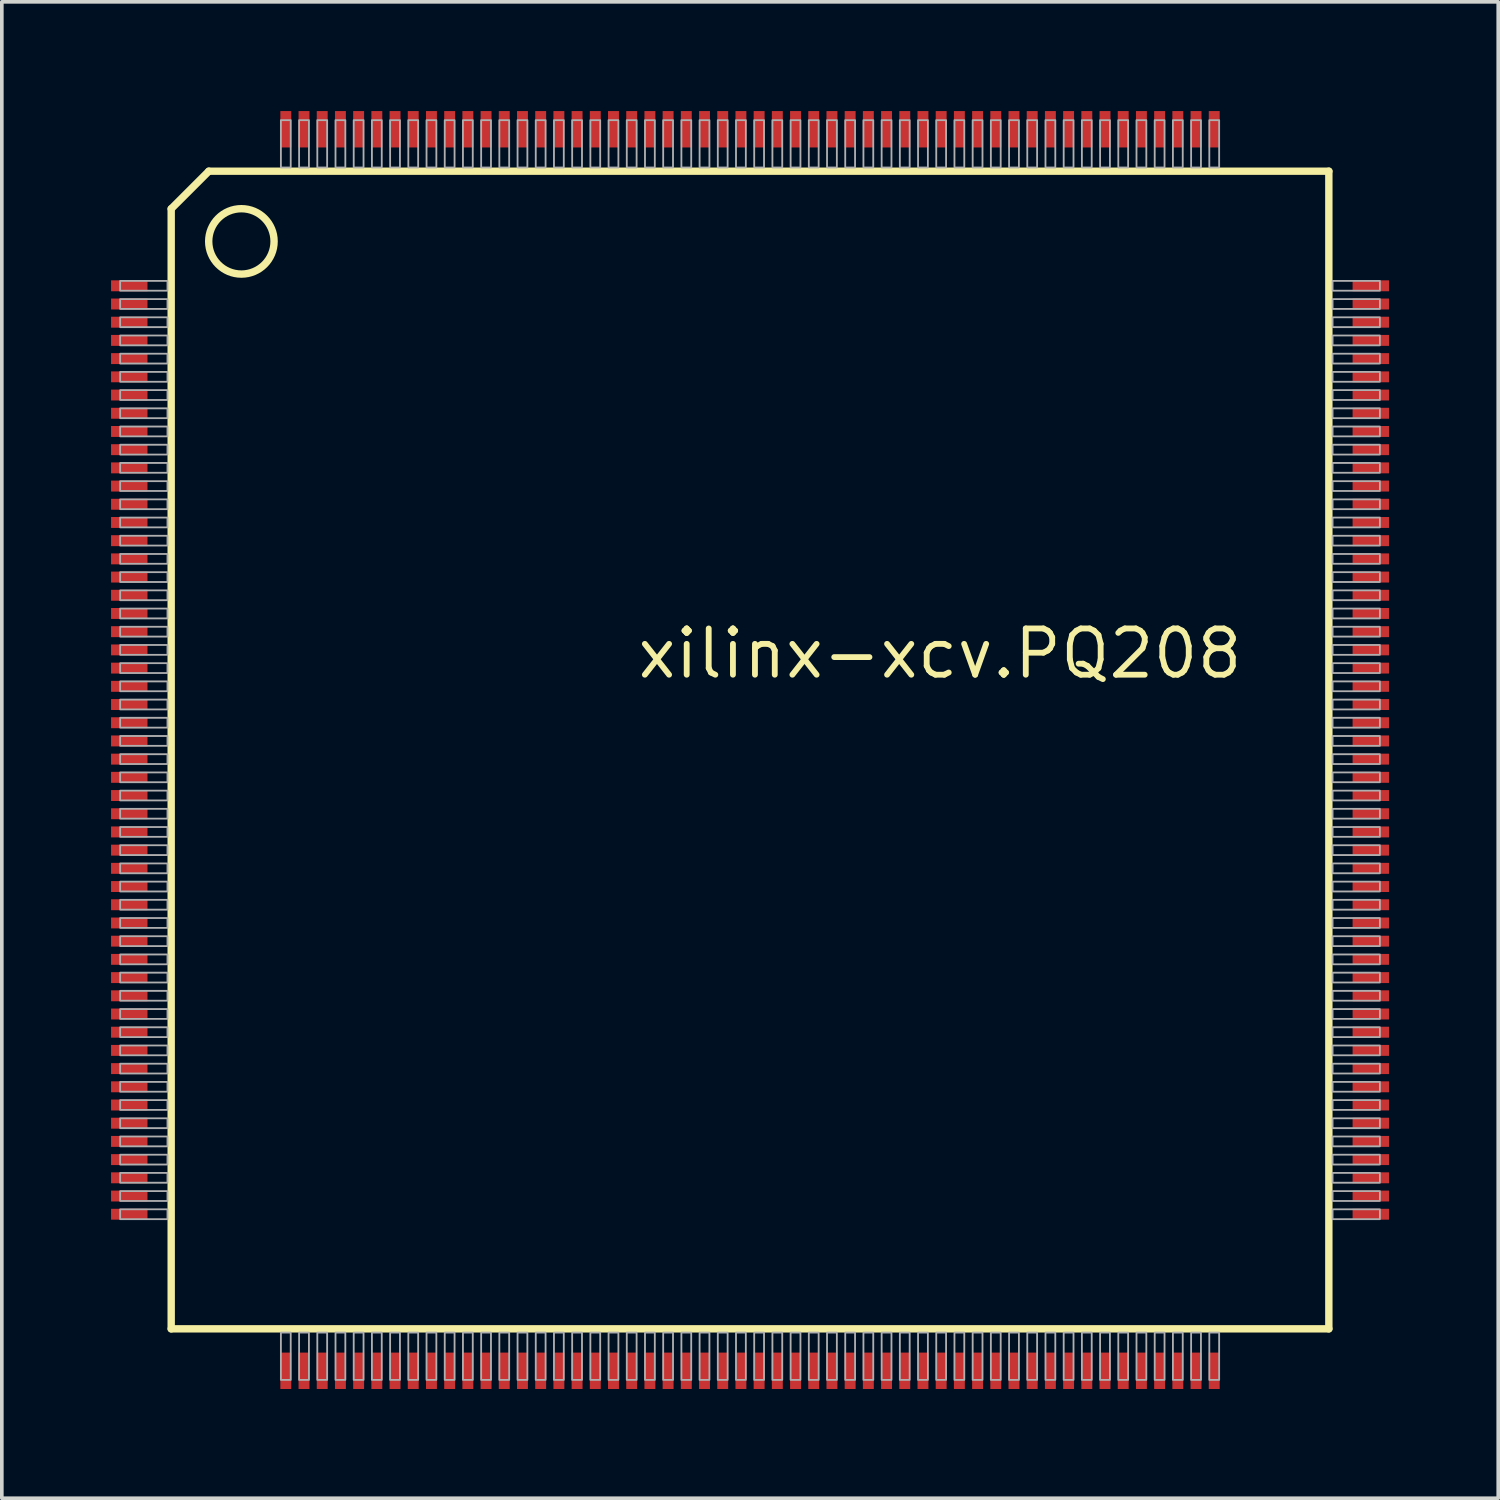
<source format=kicad_pcb>
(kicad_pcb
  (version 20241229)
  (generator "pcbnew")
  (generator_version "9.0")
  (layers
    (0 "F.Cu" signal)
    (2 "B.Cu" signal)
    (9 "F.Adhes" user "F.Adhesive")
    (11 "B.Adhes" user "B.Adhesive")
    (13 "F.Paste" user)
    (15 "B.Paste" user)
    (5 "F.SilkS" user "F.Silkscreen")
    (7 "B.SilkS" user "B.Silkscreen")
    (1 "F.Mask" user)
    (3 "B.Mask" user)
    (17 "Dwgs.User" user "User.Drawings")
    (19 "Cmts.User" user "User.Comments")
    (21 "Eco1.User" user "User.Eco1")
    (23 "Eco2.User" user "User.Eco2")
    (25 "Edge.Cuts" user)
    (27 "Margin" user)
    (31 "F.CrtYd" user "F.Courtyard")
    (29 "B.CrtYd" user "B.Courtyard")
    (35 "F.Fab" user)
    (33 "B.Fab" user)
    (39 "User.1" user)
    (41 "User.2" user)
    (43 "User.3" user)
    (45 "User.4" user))
  (footprint "xilinx-xcv.PQ208"
    (layer "F.Cu")
    (at 17.55 17.55)
    (property "Reference" "xilinx-xcv.PQ208" (at -3.175 -1.905 0) (layer "F.SilkS") (effects (font (size 1.27 1.27) (thickness 0.16)) (justify left bottom)))
    (attr smd)
    (fp_line (start -15.898 -14.865) (end -15.898 15.898) (stroke (width 0.203) (type default)) (layer "F.SilkS"))
    (fp_line (start -15.898 -14.865) (end -14.865 -15.898) (stroke (width 0.203) (type default)) (layer "F.SilkS"))
    (fp_line (start -15.898 15.898) (end 15.898 15.898) (stroke (width 0.203) (type default)) (layer "F.SilkS"))
    (fp_line (start 15.898 -15.898) (end -14.865 -15.898) (stroke (width 0.203) (type default)) (layer "F.SilkS"))
    (fp_line (start 15.898 15.898) (end 15.898 -15.898) (stroke (width 0.203) (type default)) (layer "F.SilkS"))
    (fp_circle (center -13.97 -13.97) (end -13.072 -13.97) (stroke (width 0.203) (type default)) (fill no) (layer "F.SilkS"))
    (fp_rect (start -17.3 -12.615) (end -16 -12.885) (stroke (width 0.05) (type default)) (fill no) (layer "F.Fab"))
    (fp_rect (start -17.3 -12.115) (end -16 -12.385) (stroke (width 0.05) (type default)) (fill no) (layer "F.Fab"))
    (fp_rect (start -17.3 -11.615) (end -16 -11.885) (stroke (width 0.05) (type default)) (fill no) (layer "F.Fab"))
    (fp_rect (start -17.3 -11.115) (end -16 -11.385) (stroke (width 0.05) (type default)) (fill no) (layer "F.Fab"))
    (fp_rect (start -17.3 -10.615) (end -16 -10.885) (stroke (width 0.05) (type default)) (fill no) (layer "F.Fab"))
    (fp_rect (start -17.3 -10.115) (end -16 -10.385) (stroke (width 0.05) (type default)) (fill no) (layer "F.Fab"))
    (fp_rect (start -17.3 -9.615) (end -16 -9.885) (stroke (width 0.05) (type default)) (fill no) (layer "F.Fab"))
    (fp_rect (start -17.3 -9.115) (end -16 -9.385) (stroke (width 0.05) (type default)) (fill no) (layer "F.Fab"))
    (fp_rect (start -17.3 -8.615) (end -16 -8.885) (stroke (width 0.05) (type default)) (fill no) (layer "F.Fab"))
    (fp_rect (start -17.3 -8.115) (end -16 -8.385) (stroke (width 0.05) (type default)) (fill no) (layer "F.Fab"))
    (fp_rect (start -17.3 -7.615) (end -16 -7.885) (stroke (width 0.05) (type default)) (fill no) (layer "F.Fab"))
    (fp_rect (start -17.3 -7.115) (end -16 -7.385) (stroke (width 0.05) (type default)) (fill no) (layer "F.Fab"))
    (fp_rect (start -17.3 -6.615) (end -16 -6.885) (stroke (width 0.05) (type default)) (fill no) (layer "F.Fab"))
    (fp_rect (start -17.3 -6.115) (end -16 -6.385) (stroke (width 0.05) (type default)) (fill no) (layer "F.Fab"))
    (fp_rect (start -17.3 -5.615) (end -16 -5.885) (stroke (width 0.05) (type default)) (fill no) (layer "F.Fab"))
    (fp_rect (start -17.3 -5.115) (end -16 -5.385) (stroke (width 0.05) (type default)) (fill no) (layer "F.Fab"))
    (fp_rect (start -17.3 -4.615) (end -16 -4.885) (stroke (width 0.05) (type default)) (fill no) (layer "F.Fab"))
    (fp_rect (start -17.3 -4.115) (end -16 -4.385) (stroke (width 0.05) (type default)) (fill no) (layer "F.Fab"))
    (fp_rect (start -17.3 -3.615) (end -16 -3.885) (stroke (width 0.05) (type default)) (fill no) (layer "F.Fab"))
    (fp_rect (start -17.3 -3.115) (end -16 -3.385) (stroke (width 0.05) (type default)) (fill no) (layer "F.Fab"))
    (fp_rect (start -17.3 -2.615) (end -16 -2.885) (stroke (width 0.05) (type default)) (fill no) (layer "F.Fab"))
    (fp_rect (start -17.3 -2.115) (end -16 -2.385) (stroke (width 0.05) (type default)) (fill no) (layer "F.Fab"))
    (fp_rect (start -17.3 -1.615) (end -16 -1.885) (stroke (width 0.05) (type default)) (fill no) (layer "F.Fab"))
    (fp_rect (start -17.3 -1.115) (end -16 -1.385) (stroke (width 0.05) (type default)) (fill no) (layer "F.Fab"))
    (fp_rect (start -17.3 -0.615) (end -16 -0.885) (stroke (width 0.05) (type default)) (fill no) (layer "F.Fab"))
    (fp_rect (start -17.3 -0.115) (end -16 -0.385) (stroke (width 0.05) (type default)) (fill no) (layer "F.Fab"))
    (fp_rect (start -17.3 0.385) (end -16 0.115) (stroke (width 0.05) (type default)) (fill no) (layer "F.Fab"))
    (fp_rect (start -17.3 0.885) (end -16 0.615) (stroke (width 0.05) (type default)) (fill no) (layer "F.Fab"))
    (fp_rect (start -17.3 1.385) (end -16 1.115) (stroke (width 0.05) (type default)) (fill no) (layer "F.Fab"))
    (fp_rect (start -17.3 1.885) (end -16 1.615) (stroke (width 0.05) (type default)) (fill no) (layer "F.Fab"))
    (fp_rect (start -17.3 2.385) (end -16 2.115) (stroke (width 0.05) (type default)) (fill no) (layer "F.Fab"))
    (fp_rect (start -17.3 2.885) (end -16 2.615) (stroke (width 0.05) (type default)) (fill no) (layer "F.Fab"))
    (fp_rect (start -17.3 3.385) (end -16 3.115) (stroke (width 0.05) (type default)) (fill no) (layer "F.Fab"))
    (fp_rect (start -17.3 3.885) (end -16 3.615) (stroke (width 0.05) (type default)) (fill no) (layer "F.Fab"))
    (fp_rect (start -17.3 4.385) (end -16 4.115) (stroke (width 0.05) (type default)) (fill no) (layer "F.Fab"))
    (fp_rect (start -17.3 4.885) (end -16 4.615) (stroke (width 0.05) (type default)) (fill no) (layer "F.Fab"))
    (fp_rect (start -17.3 5.385) (end -16 5.115) (stroke (width 0.05) (type default)) (fill no) (layer "F.Fab"))
    (fp_rect (start -17.3 5.885) (end -16 5.615) (stroke (width 0.05) (type default)) (fill no) (layer "F.Fab"))
    (fp_rect (start -17.3 6.385) (end -16 6.115) (stroke (width 0.05) (type default)) (fill no) (layer "F.Fab"))
    (fp_rect (start -17.3 6.885) (end -16 6.615) (stroke (width 0.05) (type default)) (fill no) (layer "F.Fab"))
    (fp_rect (start -17.3 7.385) (end -16 7.115) (stroke (width 0.05) (type default)) (fill no) (layer "F.Fab"))
    (fp_rect (start -17.3 7.885) (end -16 7.615) (stroke (width 0.05) (type default)) (fill no) (layer "F.Fab"))
    (fp_rect (start -17.3 8.385) (end -16 8.115) (stroke (width 0.05) (type default)) (fill no) (layer "F.Fab"))
    (fp_rect (start -17.3 8.885) (end -16 8.615) (stroke (width 0.05) (type default)) (fill no) (layer "F.Fab"))
    (fp_rect (start -17.3 9.385) (end -16 9.115) (stroke (width 0.05) (type default)) (fill no) (layer "F.Fab"))
    (fp_rect (start -17.3 9.885) (end -16 9.615) (stroke (width 0.05) (type default)) (fill no) (layer "F.Fab"))
    (fp_rect (start -17.3 10.385) (end -16 10.115) (stroke (width 0.05) (type default)) (fill no) (layer "F.Fab"))
    (fp_rect (start -17.3 10.885) (end -16 10.615) (stroke (width 0.05) (type default)) (fill no) (layer "F.Fab"))
    (fp_rect (start -17.3 11.385) (end -16 11.115) (stroke (width 0.05) (type default)) (fill no) (layer "F.Fab"))
    (fp_rect (start -17.3 11.885) (end -16 11.615) (stroke (width 0.05) (type default)) (fill no) (layer "F.Fab"))
    (fp_rect (start -17.3 12.385) (end -16 12.115) (stroke (width 0.05) (type default)) (fill no) (layer "F.Fab"))
    (fp_rect (start -17.3 12.885) (end -16 12.615) (stroke (width 0.05) (type default)) (fill no) (layer "F.Fab"))
    (fp_rect (start -12.885 -16) (end -12.615 -17.3) (stroke (width 0.05) (type default)) (fill no) (layer "F.Fab"))
    (fp_rect (start -12.885 17.3) (end -12.615 16) (stroke (width 0.05) (type default)) (fill no) (layer "F.Fab"))
    (fp_rect (start -12.385 -16) (end -12.115 -17.3) (stroke (width 0.05) (type default)) (fill no) (layer "F.Fab"))
    (fp_rect (start -12.385 17.3) (end -12.115 16) (stroke (width 0.05) (type default)) (fill no) (layer "F.Fab"))
    (fp_rect (start -11.885 -16) (end -11.615 -17.3) (stroke (width 0.05) (type default)) (fill no) (layer "F.Fab"))
    (fp_rect (start -11.885 17.3) (end -11.615 16) (stroke (width 0.05) (type default)) (fill no) (layer "F.Fab"))
    (fp_rect (start -11.385 -16) (end -11.115 -17.3) (stroke (width 0.05) (type default)) (fill no) (layer "F.Fab"))
    (fp_rect (start -11.385 17.3) (end -11.115 16) (stroke (width 0.05) (type default)) (fill no) (layer "F.Fab"))
    (fp_rect (start -10.885 -16) (end -10.615 -17.3) (stroke (width 0.05) (type default)) (fill no) (layer "F.Fab"))
    (fp_rect (start -10.885 17.3) (end -10.615 16) (stroke (width 0.05) (type default)) (fill no) (layer "F.Fab"))
    (fp_rect (start -10.385 -16) (end -10.115 -17.3) (stroke (width 0.05) (type default)) (fill no) (layer "F.Fab"))
    (fp_rect (start -10.385 17.3) (end -10.115 16) (stroke (width 0.05) (type default)) (fill no) (layer "F.Fab"))
    (fp_rect (start -9.885 -16) (end -9.615 -17.3) (stroke (width 0.05) (type default)) (fill no) (layer "F.Fab"))
    (fp_rect (start -9.885 17.3) (end -9.615 16) (stroke (width 0.05) (type default)) (fill no) (layer "F.Fab"))
    (fp_rect (start -9.385 -16) (end -9.115 -17.3) (stroke (width 0.05) (type default)) (fill no) (layer "F.Fab"))
    (fp_rect (start -9.385 17.3) (end -9.115 16) (stroke (width 0.05) (type default)) (fill no) (layer "F.Fab"))
    (fp_rect (start -8.885 -16) (end -8.615 -17.3) (stroke (width 0.05) (type default)) (fill no) (layer "F.Fab"))
    (fp_rect (start -8.885 17.3) (end -8.615 16) (stroke (width 0.05) (type default)) (fill no) (layer "F.Fab"))
    (fp_rect (start -8.385 -16) (end -8.115 -17.3) (stroke (width 0.05) (type default)) (fill no) (layer "F.Fab"))
    (fp_rect (start -8.385 17.3) (end -8.115 16) (stroke (width 0.05) (type default)) (fill no) (layer "F.Fab"))
    (fp_rect (start -7.885 -16) (end -7.615 -17.3) (stroke (width 0.05) (type default)) (fill no) (layer "F.Fab"))
    (fp_rect (start -7.885 17.3) (end -7.615 16) (stroke (width 0.05) (type default)) (fill no) (layer "F.Fab"))
    (fp_rect (start -7.385 -16) (end -7.115 -17.3) (stroke (width 0.05) (type default)) (fill no) (layer "F.Fab"))
    (fp_rect (start -7.385 17.3) (end -7.115 16) (stroke (width 0.05) (type default)) (fill no) (layer "F.Fab"))
    (fp_rect (start -6.885 -16) (end -6.615 -17.3) (stroke (width 0.05) (type default)) (fill no) (layer "F.Fab"))
    (fp_rect (start -6.885 17.3) (end -6.615 16) (stroke (width 0.05) (type default)) (fill no) (layer "F.Fab"))
    (fp_rect (start -6.385 -16) (end -6.115 -17.3) (stroke (width 0.05) (type default)) (fill no) (layer "F.Fab"))
    (fp_rect (start -6.385 17.3) (end -6.115 16) (stroke (width 0.05) (type default)) (fill no) (layer "F.Fab"))
    (fp_rect (start -5.885 -16) (end -5.615 -17.3) (stroke (width 0.05) (type default)) (fill no) (layer "F.Fab"))
    (fp_rect (start -5.885 17.3) (end -5.615 16) (stroke (width 0.05) (type default)) (fill no) (layer "F.Fab"))
    (fp_rect (start -5.385 -16) (end -5.115 -17.3) (stroke (width 0.05) (type default)) (fill no) (layer "F.Fab"))
    (fp_rect (start -5.385 17.3) (end -5.115 16) (stroke (width 0.05) (type default)) (fill no) (layer "F.Fab"))
    (fp_rect (start -4.885 -16) (end -4.615 -17.3) (stroke (width 0.05) (type default)) (fill no) (layer "F.Fab"))
    (fp_rect (start -4.885 17.3) (end -4.615 16) (stroke (width 0.05) (type default)) (fill no) (layer "F.Fab"))
    (fp_rect (start -4.385 -16) (end -4.115 -17.3) (stroke (width 0.05) (type default)) (fill no) (layer "F.Fab"))
    (fp_rect (start -4.385 17.3) (end -4.115 16) (stroke (width 0.05) (type default)) (fill no) (layer "F.Fab"))
    (fp_rect (start -3.885 -16) (end -3.615 -17.3) (stroke (width 0.05) (type default)) (fill no) (layer "F.Fab"))
    (fp_rect (start -3.885 17.3) (end -3.615 16) (stroke (width 0.05) (type default)) (fill no) (layer "F.Fab"))
    (fp_rect (start -3.385 -16) (end -3.115 -17.3) (stroke (width 0.05) (type default)) (fill no) (layer "F.Fab"))
    (fp_rect (start -3.385 17.3) (end -3.115 16) (stroke (width 0.05) (type default)) (fill no) (layer "F.Fab"))
    (fp_rect (start -2.885 -16) (end -2.615 -17.3) (stroke (width 0.05) (type default)) (fill no) (layer "F.Fab"))
    (fp_rect (start -2.885 17.3) (end -2.615 16) (stroke (width 0.05) (type default)) (fill no) (layer "F.Fab"))
    (fp_rect (start -2.385 -16) (end -2.115 -17.3) (stroke (width 0.05) (type default)) (fill no) (layer "F.Fab"))
    (fp_rect (start -2.385 17.3) (end -2.115 16) (stroke (width 0.05) (type default)) (fill no) (layer "F.Fab"))
    (fp_rect (start -1.885 -16) (end -1.615 -17.3) (stroke (width 0.05) (type default)) (fill no) (layer "F.Fab"))
    (fp_rect (start -1.885 17.3) (end -1.615 16) (stroke (width 0.05) (type default)) (fill no) (layer "F.Fab"))
    (fp_rect (start -1.385 -16) (end -1.115 -17.3) (stroke (width 0.05) (type default)) (fill no) (layer "F.Fab"))
    (fp_rect (start -1.385 17.3) (end -1.115 16) (stroke (width 0.05) (type default)) (fill no) (layer "F.Fab"))
    (fp_rect (start -0.885 -16) (end -0.615 -17.3) (stroke (width 0.05) (type default)) (fill no) (layer "F.Fab"))
    (fp_rect (start -0.885 17.3) (end -0.615 16) (stroke (width 0.05) (type default)) (fill no) (layer "F.Fab"))
    (fp_rect (start -0.385 -16) (end -0.115 -17.3) (stroke (width 0.05) (type default)) (fill no) (layer "F.Fab"))
    (fp_rect (start -0.385 17.3) (end -0.115 16) (stroke (width 0.05) (type default)) (fill no) (layer "F.Fab"))
    (fp_rect (start 0.115 -16) (end 0.385 -17.3) (stroke (width 0.05) (type default)) (fill no) (layer "F.Fab"))
    (fp_rect (start 0.115 17.3) (end 0.385 16) (stroke (width 0.05) (type default)) (fill no) (layer "F.Fab"))
    (fp_rect (start 0.615 -16) (end 0.885 -17.3) (stroke (width 0.05) (type default)) (fill no) (layer "F.Fab"))
    (fp_rect (start 0.615 17.3) (end 0.885 16) (stroke (width 0.05) (type default)) (fill no) (layer "F.Fab"))
    (fp_rect (start 1.115 -16) (end 1.385 -17.3) (stroke (width 0.05) (type default)) (fill no) (layer "F.Fab"))
    (fp_rect (start 1.115 17.3) (end 1.385 16) (stroke (width 0.05) (type default)) (fill no) (layer "F.Fab"))
    (fp_rect (start 1.615 -16) (end 1.885 -17.3) (stroke (width 0.05) (type default)) (fill no) (layer "F.Fab"))
    (fp_rect (start 1.615 17.3) (end 1.885 16) (stroke (width 0.05) (type default)) (fill no) (layer "F.Fab"))
    (fp_rect (start 2.115 -16) (end 2.385 -17.3) (stroke (width 0.05) (type default)) (fill no) (layer "F.Fab"))
    (fp_rect (start 2.115 17.3) (end 2.385 16) (stroke (width 0.05) (type default)) (fill no) (layer "F.Fab"))
    (fp_rect (start 2.615 -16) (end 2.885 -17.3) (stroke (width 0.05) (type default)) (fill no) (layer "F.Fab"))
    (fp_rect (start 2.615 17.3) (end 2.885 16) (stroke (width 0.05) (type default)) (fill no) (layer "F.Fab"))
    (fp_rect (start 3.115 -16) (end 3.385 -17.3) (stroke (width 0.05) (type default)) (fill no) (layer "F.Fab"))
    (fp_rect (start 3.115 17.3) (end 3.385 16) (stroke (width 0.05) (type default)) (fill no) (layer "F.Fab"))
    (fp_rect (start 3.615 -16) (end 3.885 -17.3) (stroke (width 0.05) (type default)) (fill no) (layer "F.Fab"))
    (fp_rect (start 3.615 17.3) (end 3.885 16) (stroke (width 0.05) (type default)) (fill no) (layer "F.Fab"))
    (fp_rect (start 4.115 -16) (end 4.385 -17.3) (stroke (width 0.05) (type default)) (fill no) (layer "F.Fab"))
    (fp_rect (start 4.115 17.3) (end 4.385 16) (stroke (width 0.05) (type default)) (fill no) (layer "F.Fab"))
    (fp_rect (start 4.615 -16) (end 4.885 -17.3) (stroke (width 0.05) (type default)) (fill no) (layer "F.Fab"))
    (fp_rect (start 4.615 17.3) (end 4.885 16) (stroke (width 0.05) (type default)) (fill no) (layer "F.Fab"))
    (fp_rect (start 5.115 -16) (end 5.385 -17.3) (stroke (width 0.05) (type default)) (fill no) (layer "F.Fab"))
    (fp_rect (start 5.115 17.3) (end 5.385 16) (stroke (width 0.05) (type default)) (fill no) (layer "F.Fab"))
    (fp_rect (start 5.615 -16) (end 5.885 -17.3) (stroke (width 0.05) (type default)) (fill no) (layer "F.Fab"))
    (fp_rect (start 5.615 17.3) (end 5.885 16) (stroke (width 0.05) (type default)) (fill no) (layer "F.Fab"))
    (fp_rect (start 6.115 -16) (end 6.385 -17.3) (stroke (width 0.05) (type default)) (fill no) (layer "F.Fab"))
    (fp_rect (start 6.115 17.3) (end 6.385 16) (stroke (width 0.05) (type default)) (fill no) (layer "F.Fab"))
    (fp_rect (start 6.615 -16) (end 6.885 -17.3) (stroke (width 0.05) (type default)) (fill no) (layer "F.Fab"))
    (fp_rect (start 6.615 17.3) (end 6.885 16) (stroke (width 0.05) (type default)) (fill no) (layer "F.Fab"))
    (fp_rect (start 7.115 -16) (end 7.385 -17.3) (stroke (width 0.05) (type default)) (fill no) (layer "F.Fab"))
    (fp_rect (start 7.115 17.3) (end 7.385 16) (stroke (width 0.05) (type default)) (fill no) (layer "F.Fab"))
    (fp_rect (start 7.615 -16) (end 7.885 -17.3) (stroke (width 0.05) (type default)) (fill no) (layer "F.Fab"))
    (fp_rect (start 7.615 17.3) (end 7.885 16) (stroke (width 0.05) (type default)) (fill no) (layer "F.Fab"))
    (fp_rect (start 8.115 -16) (end 8.385 -17.3) (stroke (width 0.05) (type default)) (fill no) (layer "F.Fab"))
    (fp_rect (start 8.115 17.3) (end 8.385 16) (stroke (width 0.05) (type default)) (fill no) (layer "F.Fab"))
    (fp_rect (start 8.615 -16) (end 8.885 -17.3) (stroke (width 0.05) (type default)) (fill no) (layer "F.Fab"))
    (fp_rect (start 8.615 17.3) (end 8.885 16) (stroke (width 0.05) (type default)) (fill no) (layer "F.Fab"))
    (fp_rect (start 9.115 -16) (end 9.385 -17.3) (stroke (width 0.05) (type default)) (fill no) (layer "F.Fab"))
    (fp_rect (start 9.115 17.3) (end 9.385 16) (stroke (width 0.05) (type default)) (fill no) (layer "F.Fab"))
    (fp_rect (start 9.615 -16) (end 9.885 -17.3) (stroke (width 0.05) (type default)) (fill no) (layer "F.Fab"))
    (fp_rect (start 9.615 17.3) (end 9.885 16) (stroke (width 0.05) (type default)) (fill no) (layer "F.Fab"))
    (fp_rect (start 10.115 -16) (end 10.385 -17.3) (stroke (width 0.05) (type default)) (fill no) (layer "F.Fab"))
    (fp_rect (start 10.115 17.3) (end 10.385 16) (stroke (width 0.05) (type default)) (fill no) (layer "F.Fab"))
    (fp_rect (start 10.615 -16) (end 10.885 -17.3) (stroke (width 0.05) (type default)) (fill no) (layer "F.Fab"))
    (fp_rect (start 10.615 17.3) (end 10.885 16) (stroke (width 0.05) (type default)) (fill no) (layer "F.Fab"))
    (fp_rect (start 11.115 -16) (end 11.385 -17.3) (stroke (width 0.05) (type default)) (fill no) (layer "F.Fab"))
    (fp_rect (start 11.115 17.3) (end 11.385 16) (stroke (width 0.05) (type default)) (fill no) (layer "F.Fab"))
    (fp_rect (start 11.615 -16) (end 11.885 -17.3) (stroke (width 0.05) (type default)) (fill no) (layer "F.Fab"))
    (fp_rect (start 11.615 17.3) (end 11.885 16) (stroke (width 0.05) (type default)) (fill no) (layer "F.Fab"))
    (fp_rect (start 12.115 -16) (end 12.385 -17.3) (stroke (width 0.05) (type default)) (fill no) (layer "F.Fab"))
    (fp_rect (start 12.115 17.3) (end 12.385 16) (stroke (width 0.05) (type default)) (fill no) (layer "F.Fab"))
    (fp_rect (start 12.615 -16) (end 12.885 -17.3) (stroke (width 0.05) (type default)) (fill no) (layer "F.Fab"))
    (fp_rect (start 12.615 17.3) (end 12.885 16) (stroke (width 0.05) (type default)) (fill no) (layer "F.Fab"))
    (fp_rect (start 16 -12.615) (end 17.3 -12.885) (stroke (width 0.05) (type default)) (fill no) (layer "F.Fab"))
    (fp_rect (start 16 -12.115) (end 17.3 -12.385) (stroke (width 0.05) (type default)) (fill no) (layer "F.Fab"))
    (fp_rect (start 16 -11.615) (end 17.3 -11.885) (stroke (width 0.05) (type default)) (fill no) (layer "F.Fab"))
    (fp_rect (start 16 -11.115) (end 17.3 -11.385) (stroke (width 0.05) (type default)) (fill no) (layer "F.Fab"))
    (fp_rect (start 16 -10.615) (end 17.3 -10.885) (stroke (width 0.05) (type default)) (fill no) (layer "F.Fab"))
    (fp_rect (start 16 -10.115) (end 17.3 -10.385) (stroke (width 0.05) (type default)) (fill no) (layer "F.Fab"))
    (fp_rect (start 16 -9.615) (end 17.3 -9.885) (stroke (width 0.05) (type default)) (fill no) (layer "F.Fab"))
    (fp_rect (start 16 -9.115) (end 17.3 -9.385) (stroke (width 0.05) (type default)) (fill no) (layer "F.Fab"))
    (fp_rect (start 16 -8.615) (end 17.3 -8.885) (stroke (width 0.05) (type default)) (fill no) (layer "F.Fab"))
    (fp_rect (start 16 -8.115) (end 17.3 -8.385) (stroke (width 0.05) (type default)) (fill no) (layer "F.Fab"))
    (fp_rect (start 16 -7.615) (end 17.3 -7.885) (stroke (width 0.05) (type default)) (fill no) (layer "F.Fab"))
    (fp_rect (start 16 -7.115) (end 17.3 -7.385) (stroke (width 0.05) (type default)) (fill no) (layer "F.Fab"))
    (fp_rect (start 16 -6.615) (end 17.3 -6.885) (stroke (width 0.05) (type default)) (fill no) (layer "F.Fab"))
    (fp_rect (start 16 -6.115) (end 17.3 -6.385) (stroke (width 0.05) (type default)) (fill no) (layer "F.Fab"))
    (fp_rect (start 16 -5.615) (end 17.3 -5.885) (stroke (width 0.05) (type default)) (fill no) (layer "F.Fab"))
    (fp_rect (start 16 -5.115) (end 17.3 -5.385) (stroke (width 0.05) (type default)) (fill no) (layer "F.Fab"))
    (fp_rect (start 16 -4.615) (end 17.3 -4.885) (stroke (width 0.05) (type default)) (fill no) (layer "F.Fab"))
    (fp_rect (start 16 -4.115) (end 17.3 -4.385) (stroke (width 0.05) (type default)) (fill no) (layer "F.Fab"))
    (fp_rect (start 16 -3.615) (end 17.3 -3.885) (stroke (width 0.05) (type default)) (fill no) (layer "F.Fab"))
    (fp_rect (start 16 -3.115) (end 17.3 -3.385) (stroke (width 0.05) (type default)) (fill no) (layer "F.Fab"))
    (fp_rect (start 16 -2.615) (end 17.3 -2.885) (stroke (width 0.05) (type default)) (fill no) (layer "F.Fab"))
    (fp_rect (start 16 -2.115) (end 17.3 -2.385) (stroke (width 0.05) (type default)) (fill no) (layer "F.Fab"))
    (fp_rect (start 16 -1.615) (end 17.3 -1.885) (stroke (width 0.05) (type default)) (fill no) (layer "F.Fab"))
    (fp_rect (start 16 -1.115) (end 17.3 -1.385) (stroke (width 0.05) (type default)) (fill no) (layer "F.Fab"))
    (fp_rect (start 16 -0.615) (end 17.3 -0.885) (stroke (width 0.05) (type default)) (fill no) (layer "F.Fab"))
    (fp_rect (start 16 -0.115) (end 17.3 -0.385) (stroke (width 0.05) (type default)) (fill no) (layer "F.Fab"))
    (fp_rect (start 16 0.385) (end 17.3 0.115) (stroke (width 0.05) (type default)) (fill no) (layer "F.Fab"))
    (fp_rect (start 16 0.885) (end 17.3 0.615) (stroke (width 0.05) (type default)) (fill no) (layer "F.Fab"))
    (fp_rect (start 16 1.385) (end 17.3 1.115) (stroke (width 0.05) (type default)) (fill no) (layer "F.Fab"))
    (fp_rect (start 16 1.885) (end 17.3 1.615) (stroke (width 0.05) (type default)) (fill no) (layer "F.Fab"))
    (fp_rect (start 16 2.385) (end 17.3 2.115) (stroke (width 0.05) (type default)) (fill no) (layer "F.Fab"))
    (fp_rect (start 16 2.885) (end 17.3 2.615) (stroke (width 0.05) (type default)) (fill no) (layer "F.Fab"))
    (fp_rect (start 16 3.385) (end 17.3 3.115) (stroke (width 0.05) (type default)) (fill no) (layer "F.Fab"))
    (fp_rect (start 16 3.885) (end 17.3 3.615) (stroke (width 0.05) (type default)) (fill no) (layer "F.Fab"))
    (fp_rect (start 16 4.385) (end 17.3 4.115) (stroke (width 0.05) (type default)) (fill no) (layer "F.Fab"))
    (fp_rect (start 16 4.885) (end 17.3 4.615) (stroke (width 0.05) (type default)) (fill no) (layer "F.Fab"))
    (fp_rect (start 16 5.385) (end 17.3 5.115) (stroke (width 0.05) (type default)) (fill no) (layer "F.Fab"))
    (fp_rect (start 16 5.885) (end 17.3 5.615) (stroke (width 0.05) (type default)) (fill no) (layer "F.Fab"))
    (fp_rect (start 16 6.385) (end 17.3 6.115) (stroke (width 0.05) (type default)) (fill no) (layer "F.Fab"))
    (fp_rect (start 16 6.885) (end 17.3 6.615) (stroke (width 0.05) (type default)) (fill no) (layer "F.Fab"))
    (fp_rect (start 16 7.385) (end 17.3 7.115) (stroke (width 0.05) (type default)) (fill no) (layer "F.Fab"))
    (fp_rect (start 16 7.885) (end 17.3 7.615) (stroke (width 0.05) (type default)) (fill no) (layer "F.Fab"))
    (fp_rect (start 16 8.385) (end 17.3 8.115) (stroke (width 0.05) (type default)) (fill no) (layer "F.Fab"))
    (fp_rect (start 16 8.885) (end 17.3 8.615) (stroke (width 0.05) (type default)) (fill no) (layer "F.Fab"))
    (fp_rect (start 16 9.385) (end 17.3 9.115) (stroke (width 0.05) (type default)) (fill no) (layer "F.Fab"))
    (fp_rect (start 16 9.885) (end 17.3 9.615) (stroke (width 0.05) (type default)) (fill no) (layer "F.Fab"))
    (fp_rect (start 16 10.385) (end 17.3 10.115) (stroke (width 0.05) (type default)) (fill no) (layer "F.Fab"))
    (fp_rect (start 16 10.885) (end 17.3 10.615) (stroke (width 0.05) (type default)) (fill no) (layer "F.Fab"))
    (fp_rect (start 16 11.385) (end 17.3 11.115) (stroke (width 0.05) (type default)) (fill no) (layer "F.Fab"))
    (fp_rect (start 16 11.885) (end 17.3 11.615) (stroke (width 0.05) (type default)) (fill no) (layer "F.Fab"))
    (fp_rect (start 16 12.385) (end 17.3 12.115) (stroke (width 0.05) (type default)) (fill no) (layer "F.Fab"))
    (fp_rect (start 16 12.885) (end 17.3 12.615) (stroke (width 0.05) (type default)) (fill no) (layer "F.Fab"))
    (pad "1" smd roundrect (at -17.05 -12.75) (size 1 0.3) (layers "F.Cu" "F.Mask" "F.Paste") (roundrect_rratio 0.01))
    (pad "2" smd roundrect (at -17.05 -12.25) (size 1 0.3) (layers "F.Cu" "F.Mask" "F.Paste") (roundrect_rratio 0.01))
    (pad "3" smd roundrect (at -17.05 -11.75) (size 1 0.3) (layers "F.Cu" "F.Mask" "F.Paste") (roundrect_rratio 0.01))
    (pad "4" smd roundrect (at -17.05 -11.25) (size 1 0.3) (layers "F.Cu" "F.Mask" "F.Paste") (roundrect_rratio 0.01))
    (pad "5" smd roundrect (at -17.05 -10.75) (size 1 0.3) (layers "F.Cu" "F.Mask" "F.Paste") (roundrect_rratio 0.01))
    (pad "6" smd roundrect (at -17.05 -10.25) (size 1 0.3) (layers "F.Cu" "F.Mask" "F.Paste") (roundrect_rratio 0.01))
    (pad "7" smd roundrect (at -17.05 -9.75) (size 1 0.3) (layers "F.Cu" "F.Mask" "F.Paste") (roundrect_rratio 0.01))
    (pad "8" smd roundrect (at -17.05 -9.25) (size 1 0.3) (layers "F.Cu" "F.Mask" "F.Paste") (roundrect_rratio 0.01))
    (pad "9" smd roundrect (at -17.05 -8.75) (size 1 0.3) (layers "F.Cu" "F.Mask" "F.Paste") (roundrect_rratio 0.01))
    (pad "10" smd roundrect (at -17.05 -8.25) (size 1 0.3) (layers "F.Cu" "F.Mask" "F.Paste") (roundrect_rratio 0.01))
    (pad "11" smd roundrect (at -17.05 -7.75) (size 1 0.3) (layers "F.Cu" "F.Mask" "F.Paste") (roundrect_rratio 0.01))
    (pad "12" smd roundrect (at -17.05 -7.25) (size 1 0.3) (layers "F.Cu" "F.Mask" "F.Paste") (roundrect_rratio 0.01))
    (pad "13" smd roundrect (at -17.05 -6.75) (size 1 0.3) (layers "F.Cu" "F.Mask" "F.Paste") (roundrect_rratio 0.01))
    (pad "14" smd roundrect (at -17.05 -6.25) (size 1 0.3) (layers "F.Cu" "F.Mask" "F.Paste") (roundrect_rratio 0.01))
    (pad "15" smd roundrect (at -17.05 -5.75) (size 1 0.3) (layers "F.Cu" "F.Mask" "F.Paste") (roundrect_rratio 0.01))
    (pad "16" smd roundrect (at -17.05 -5.25) (size 1 0.3) (layers "F.Cu" "F.Mask" "F.Paste") (roundrect_rratio 0.01))
    (pad "17" smd roundrect (at -17.05 -4.75) (size 1 0.3) (layers "F.Cu" "F.Mask" "F.Paste") (roundrect_rratio 0.01))
    (pad "18" smd roundrect (at -17.05 -4.25) (size 1 0.3) (layers "F.Cu" "F.Mask" "F.Paste") (roundrect_rratio 0.01))
    (pad "19" smd roundrect (at -17.05 -3.75) (size 1 0.3) (layers "F.Cu" "F.Mask" "F.Paste") (roundrect_rratio 0.01))
    (pad "20" smd roundrect (at -17.05 -3.25) (size 1 0.3) (layers "F.Cu" "F.Mask" "F.Paste") (roundrect_rratio 0.01))
    (pad "21" smd roundrect (at -17.05 -2.75) (size 1 0.3) (layers "F.Cu" "F.Mask" "F.Paste") (roundrect_rratio 0.01))
    (pad "22" smd roundrect (at -17.05 -2.25) (size 1 0.3) (layers "F.Cu" "F.Mask" "F.Paste") (roundrect_rratio 0.01))
    (pad "23" smd roundrect (at -17.05 -1.75) (size 1 0.3) (layers "F.Cu" "F.Mask" "F.Paste") (roundrect_rratio 0.01))
    (pad "24" smd roundrect (at -17.05 -1.25) (size 1 0.3) (layers "F.Cu" "F.Mask" "F.Paste") (roundrect_rratio 0.01))
    (pad "25" smd roundrect (at -17.05 -0.75) (size 1 0.3) (layers "F.Cu" "F.Mask" "F.Paste") (roundrect_rratio 0.01))
    (pad "26" smd roundrect (at -17.05 -0.25) (size 1 0.3) (layers "F.Cu" "F.Mask" "F.Paste") (roundrect_rratio 0.01))
    (pad "27" smd roundrect (at -17.05 0.25) (size 1 0.3) (layers "F.Cu" "F.Mask" "F.Paste") (roundrect_rratio 0.01))
    (pad "28" smd roundrect (at -17.05 0.75) (size 1 0.3) (layers "F.Cu" "F.Mask" "F.Paste") (roundrect_rratio 0.01))
    (pad "29" smd roundrect (at -17.05 1.25) (size 1 0.3) (layers "F.Cu" "F.Mask" "F.Paste") (roundrect_rratio 0.01))
    (pad "30" smd roundrect (at -17.05 1.75) (size 1 0.3) (layers "F.Cu" "F.Mask" "F.Paste") (roundrect_rratio 0.01))
    (pad "31" smd roundrect (at -17.05 2.25) (size 1 0.3) (layers "F.Cu" "F.Mask" "F.Paste") (roundrect_rratio 0.01))
    (pad "32" smd roundrect (at -17.05 2.75) (size 1 0.3) (layers "F.Cu" "F.Mask" "F.Paste") (roundrect_rratio 0.01))
    (pad "33" smd roundrect (at -17.05 3.25) (size 1 0.3) (layers "F.Cu" "F.Mask" "F.Paste") (roundrect_rratio 0.01))
    (pad "34" smd roundrect (at -17.05 3.75) (size 1 0.3) (layers "F.Cu" "F.Mask" "F.Paste") (roundrect_rratio 0.01))
    (pad "35" smd roundrect (at -17.05 4.25) (size 1 0.3) (layers "F.Cu" "F.Mask" "F.Paste") (roundrect_rratio 0.01))
    (pad "36" smd roundrect (at -17.05 4.75) (size 1 0.3) (layers "F.Cu" "F.Mask" "F.Paste") (roundrect_rratio 0.01))
    (pad "37" smd roundrect (at -17.05 5.25) (size 1 0.3) (layers "F.Cu" "F.Mask" "F.Paste") (roundrect_rratio 0.01))
    (pad "38" smd roundrect (at -17.05 5.75) (size 1 0.3) (layers "F.Cu" "F.Mask" "F.Paste") (roundrect_rratio 0.01))
    (pad "39" smd roundrect (at -17.05 6.25) (size 1 0.3) (layers "F.Cu" "F.Mask" "F.Paste") (roundrect_rratio 0.01))
    (pad "40" smd roundrect (at -17.05 6.75) (size 1 0.3) (layers "F.Cu" "F.Mask" "F.Paste") (roundrect_rratio 0.01))
    (pad "41" smd roundrect (at -17.05 7.25) (size 1 0.3) (layers "F.Cu" "F.Mask" "F.Paste") (roundrect_rratio 0.01))
    (pad "42" smd roundrect (at -17.05 7.75) (size 1 0.3) (layers "F.Cu" "F.Mask" "F.Paste") (roundrect_rratio 0.01))
    (pad "43" smd roundrect (at -17.05 8.25) (size 1 0.3) (layers "F.Cu" "F.Mask" "F.Paste") (roundrect_rratio 0.01))
    (pad "44" smd roundrect (at -17.05 8.75) (size 1 0.3) (layers "F.Cu" "F.Mask" "F.Paste") (roundrect_rratio 0.01))
    (pad "45" smd roundrect (at -17.05 9.25) (size 1 0.3) (layers "F.Cu" "F.Mask" "F.Paste") (roundrect_rratio 0.01))
    (pad "46" smd roundrect (at -17.05 9.75) (size 1 0.3) (layers "F.Cu" "F.Mask" "F.Paste") (roundrect_rratio 0.01))
    (pad "47" smd roundrect (at -17.05 10.25) (size 1 0.3) (layers "F.Cu" "F.Mask" "F.Paste") (roundrect_rratio 0.01))
    (pad "48" smd roundrect (at -17.05 10.75) (size 1 0.3) (layers "F.Cu" "F.Mask" "F.Paste") (roundrect_rratio 0.01))
    (pad "49" smd roundrect (at -17.05 11.25) (size 1 0.3) (layers "F.Cu" "F.Mask" "F.Paste") (roundrect_rratio 0.01))
    (pad "50" smd roundrect (at -17.05 11.75) (size 1 0.3) (layers "F.Cu" "F.Mask" "F.Paste") (roundrect_rratio 0.01))
    (pad "51" smd roundrect (at -17.05 12.25) (size 1 0.3) (layers "F.Cu" "F.Mask" "F.Paste") (roundrect_rratio 0.01))
    (pad "52" smd roundrect (at -17.05 12.75) (size 1 0.3) (layers "F.Cu" "F.Mask" "F.Paste") (roundrect_rratio 0.01))
    (pad "53" smd roundrect (at -12.75 17.05) (size 0.3 1) (layers "F.Cu" "F.Mask" "F.Paste") (roundrect_rratio 0.01))
    (pad "54" smd roundrect (at -12.25 17.05) (size 0.3 1) (layers "F.Cu" "F.Mask" "F.Paste") (roundrect_rratio 0.01))
    (pad "55" smd roundrect (at -11.75 17.05) (size 0.3 1) (layers "F.Cu" "F.Mask" "F.Paste") (roundrect_rratio 0.01))
    (pad "56" smd roundrect (at -11.25 17.05) (size 0.3 1) (layers "F.Cu" "F.Mask" "F.Paste") (roundrect_rratio 0.01))
    (pad "57" smd roundrect (at -10.75 17.05) (size 0.3 1) (layers "F.Cu" "F.Mask" "F.Paste") (roundrect_rratio 0.01))
    (pad "58" smd roundrect (at -10.25 17.05) (size 0.3 1) (layers "F.Cu" "F.Mask" "F.Paste") (roundrect_rratio 0.01))
    (pad "59" smd roundrect (at -9.75 17.05) (size 0.3 1) (layers "F.Cu" "F.Mask" "F.Paste") (roundrect_rratio 0.01))
    (pad "60" smd roundrect (at -9.25 17.05) (size 0.3 1) (layers "F.Cu" "F.Mask" "F.Paste") (roundrect_rratio 0.01))
    (pad "61" smd roundrect (at -8.75 17.05) (size 0.3 1) (layers "F.Cu" "F.Mask" "F.Paste") (roundrect_rratio 0.01))
    (pad "62" smd roundrect (at -8.25 17.05) (size 0.3 1) (layers "F.Cu" "F.Mask" "F.Paste") (roundrect_rratio 0.01))
    (pad "63" smd roundrect (at -7.75 17.05) (size 0.3 1) (layers "F.Cu" "F.Mask" "F.Paste") (roundrect_rratio 0.01))
    (pad "64" smd roundrect (at -7.25 17.05) (size 0.3 1) (layers "F.Cu" "F.Mask" "F.Paste") (roundrect_rratio 0.01))
    (pad "65" smd roundrect (at -6.75 17.05) (size 0.3 1) (layers "F.Cu" "F.Mask" "F.Paste") (roundrect_rratio 0.01))
    (pad "66" smd roundrect (at -6.25 17.05) (size 0.3 1) (layers "F.Cu" "F.Mask" "F.Paste") (roundrect_rratio 0.01))
    (pad "67" smd roundrect (at -5.75 17.05) (size 0.3 1) (layers "F.Cu" "F.Mask" "F.Paste") (roundrect_rratio 0.01))
    (pad "68" smd roundrect (at -5.25 17.05) (size 0.3 1) (layers "F.Cu" "F.Mask" "F.Paste") (roundrect_rratio 0.01))
    (pad "69" smd roundrect (at -4.75 17.05) (size 0.3 1) (layers "F.Cu" "F.Mask" "F.Paste") (roundrect_rratio 0.01))
    (pad "70" smd roundrect (at -4.25 17.05) (size 0.3 1) (layers "F.Cu" "F.Mask" "F.Paste") (roundrect_rratio 0.01))
    (pad "71" smd roundrect (at -3.75 17.05) (size 0.3 1) (layers "F.Cu" "F.Mask" "F.Paste") (roundrect_rratio 0.01))
    (pad "72" smd roundrect (at -3.25 17.05) (size 0.3 1) (layers "F.Cu" "F.Mask" "F.Paste") (roundrect_rratio 0.01))
    (pad "73" smd roundrect (at -2.75 17.05) (size 0.3 1) (layers "F.Cu" "F.Mask" "F.Paste") (roundrect_rratio 0.01))
    (pad "74" smd roundrect (at -2.25 17.05) (size 0.3 1) (layers "F.Cu" "F.Mask" "F.Paste") (roundrect_rratio 0.01))
    (pad "75" smd roundrect (at -1.75 17.05) (size 0.3 1) (layers "F.Cu" "F.Mask" "F.Paste") (roundrect_rratio 0.01))
    (pad "76" smd roundrect (at -1.25 17.05) (size 0.3 1) (layers "F.Cu" "F.Mask" "F.Paste") (roundrect_rratio 0.01))
    (pad "77" smd roundrect (at -0.75 17.05) (size 0.3 1) (layers "F.Cu" "F.Mask" "F.Paste") (roundrect_rratio 0.01))
    (pad "78" smd roundrect (at -0.25 17.05) (size 0.3 1) (layers "F.Cu" "F.Mask" "F.Paste") (roundrect_rratio 0.01))
    (pad "79" smd roundrect (at 0.25 17.05) (size 0.3 1) (layers "F.Cu" "F.Mask" "F.Paste") (roundrect_rratio 0.01))
    (pad "80" smd roundrect (at 0.75 17.05) (size 0.3 1) (layers "F.Cu" "F.Mask" "F.Paste") (roundrect_rratio 0.01))
    (pad "81" smd roundrect (at 1.25 17.05) (size 0.3 1) (layers "F.Cu" "F.Mask" "F.Paste") (roundrect_rratio 0.01))
    (pad "82" smd roundrect (at 1.75 17.05) (size 0.3 1) (layers "F.Cu" "F.Mask" "F.Paste") (roundrect_rratio 0.01))
    (pad "83" smd roundrect (at 2.25 17.05) (size 0.3 1) (layers "F.Cu" "F.Mask" "F.Paste") (roundrect_rratio 0.01))
    (pad "84" smd roundrect (at 2.75 17.05) (size 0.3 1) (layers "F.Cu" "F.Mask" "F.Paste") (roundrect_rratio 0.01))
    (pad "85" smd roundrect (at 3.25 17.05) (size 0.3 1) (layers "F.Cu" "F.Mask" "F.Paste") (roundrect_rratio 0.01))
    (pad "86" smd roundrect (at 3.75 17.05) (size 0.3 1) (layers "F.Cu" "F.Mask" "F.Paste") (roundrect_rratio 0.01))
    (pad "87" smd roundrect (at 4.25 17.05) (size 0.3 1) (layers "F.Cu" "F.Mask" "F.Paste") (roundrect_rratio 0.01))
    (pad "88" smd roundrect (at 4.75 17.05) (size 0.3 1) (layers "F.Cu" "F.Mask" "F.Paste") (roundrect_rratio 0.01))
    (pad "89" smd roundrect (at 5.25 17.05) (size 0.3 1) (layers "F.Cu" "F.Mask" "F.Paste") (roundrect_rratio 0.01))
    (pad "90" smd roundrect (at 5.75 17.05) (size 0.3 1) (layers "F.Cu" "F.Mask" "F.Paste") (roundrect_rratio 0.01))
    (pad "91" smd roundrect (at 6.25 17.05) (size 0.3 1) (layers "F.Cu" "F.Mask" "F.Paste") (roundrect_rratio 0.01))
    (pad "92" smd roundrect (at 6.75 17.05) (size 0.3 1) (layers "F.Cu" "F.Mask" "F.Paste") (roundrect_rratio 0.01))
    (pad "93" smd roundrect (at 7.25 17.05) (size 0.3 1) (layers "F.Cu" "F.Mask" "F.Paste") (roundrect_rratio 0.01))
    (pad "94" smd roundrect (at 7.75 17.05) (size 0.3 1) (layers "F.Cu" "F.Mask" "F.Paste") (roundrect_rratio 0.01))
    (pad "95" smd roundrect (at 8.25 17.05) (size 0.3 1) (layers "F.Cu" "F.Mask" "F.Paste") (roundrect_rratio 0.01))
    (pad "96" smd roundrect (at 8.75 17.05) (size 0.3 1) (layers "F.Cu" "F.Mask" "F.Paste") (roundrect_rratio 0.01))
    (pad "97" smd roundrect (at 9.25 17.05) (size 0.3 1) (layers "F.Cu" "F.Mask" "F.Paste") (roundrect_rratio 0.01))
    (pad "98" smd roundrect (at 9.75 17.05) (size 0.3 1) (layers "F.Cu" "F.Mask" "F.Paste") (roundrect_rratio 0.01))
    (pad "99" smd roundrect (at 10.25 17.05) (size 0.3 1) (layers "F.Cu" "F.Mask" "F.Paste") (roundrect_rratio 0.01))
    (pad "100" smd roundrect (at 10.75 17.05) (size 0.3 1) (layers "F.Cu" "F.Mask" "F.Paste") (roundrect_rratio 0.01))
    (pad "101" smd roundrect (at 11.25 17.05) (size 0.3 1) (layers "F.Cu" "F.Mask" "F.Paste") (roundrect_rratio 0.01))
    (pad "102" smd roundrect (at 11.75 17.05) (size 0.3 1) (layers "F.Cu" "F.Mask" "F.Paste") (roundrect_rratio 0.01))
    (pad "103" smd roundrect (at 12.25 17.05) (size 0.3 1) (layers "F.Cu" "F.Mask" "F.Paste") (roundrect_rratio 0.01))
    (pad "104" smd roundrect (at 12.75 17.05) (size 0.3 1) (layers "F.Cu" "F.Mask" "F.Paste") (roundrect_rratio 0.01))
    (pad "105" smd roundrect (at 17.05 12.75) (size 1 0.3) (layers "F.Cu" "F.Mask" "F.Paste") (roundrect_rratio 0.01))
    (pad "106" smd roundrect (at 17.05 12.25) (size 1 0.3) (layers "F.Cu" "F.Mask" "F.Paste") (roundrect_rratio 0.01))
    (pad "107" smd roundrect (at 17.05 11.75) (size 1 0.3) (layers "F.Cu" "F.Mask" "F.Paste") (roundrect_rratio 0.01))
    (pad "108" smd roundrect (at 17.05 11.25) (size 1 0.3) (layers "F.Cu" "F.Mask" "F.Paste") (roundrect_rratio 0.01))
    (pad "109" smd roundrect (at 17.05 10.75) (size 1 0.3) (layers "F.Cu" "F.Mask" "F.Paste") (roundrect_rratio 0.01))
    (pad "110" smd roundrect (at 17.05 10.25) (size 1 0.3) (layers "F.Cu" "F.Mask" "F.Paste") (roundrect_rratio 0.01))
    (pad "111" smd roundrect (at 17.05 9.75) (size 1 0.3) (layers "F.Cu" "F.Mask" "F.Paste") (roundrect_rratio 0.01))
    (pad "112" smd roundrect (at 17.05 9.25) (size 1 0.3) (layers "F.Cu" "F.Mask" "F.Paste") (roundrect_rratio 0.01))
    (pad "113" smd roundrect (at 17.05 8.75) (size 1 0.3) (layers "F.Cu" "F.Mask" "F.Paste") (roundrect_rratio 0.01))
    (pad "114" smd roundrect (at 17.05 8.25) (size 1 0.3) (layers "F.Cu" "F.Mask" "F.Paste") (roundrect_rratio 0.01))
    (pad "115" smd roundrect (at 17.05 7.75) (size 1 0.3) (layers "F.Cu" "F.Mask" "F.Paste") (roundrect_rratio 0.01))
    (pad "116" smd roundrect (at 17.05 7.25) (size 1 0.3) (layers "F.Cu" "F.Mask" "F.Paste") (roundrect_rratio 0.01))
    (pad "117" smd roundrect (at 17.05 6.75) (size 1 0.3) (layers "F.Cu" "F.Mask" "F.Paste") (roundrect_rratio 0.01))
    (pad "118" smd roundrect (at 17.05 6.25) (size 1 0.3) (layers "F.Cu" "F.Mask" "F.Paste") (roundrect_rratio 0.01))
    (pad "119" smd roundrect (at 17.05 5.75) (size 1 0.3) (layers "F.Cu" "F.Mask" "F.Paste") (roundrect_rratio 0.01))
    (pad "120" smd roundrect (at 17.05 5.25) (size 1 0.3) (layers "F.Cu" "F.Mask" "F.Paste") (roundrect_rratio 0.01))
    (pad "121" smd roundrect (at 17.05 4.75) (size 1 0.3) (layers "F.Cu" "F.Mask" "F.Paste") (roundrect_rratio 0.01))
    (pad "122" smd roundrect (at 17.05 4.25) (size 1 0.3) (layers "F.Cu" "F.Mask" "F.Paste") (roundrect_rratio 0.01))
    (pad "123" smd roundrect (at 17.05 3.75) (size 1 0.3) (layers "F.Cu" "F.Mask" "F.Paste") (roundrect_rratio 0.01))
    (pad "124" smd roundrect (at 17.05 3.25) (size 1 0.3) (layers "F.Cu" "F.Mask" "F.Paste") (roundrect_rratio 0.01))
    (pad "125" smd roundrect (at 17.05 2.75) (size 1 0.3) (layers "F.Cu" "F.Mask" "F.Paste") (roundrect_rratio 0.01))
    (pad "126" smd roundrect (at 17.05 2.25) (size 1 0.3) (layers "F.Cu" "F.Mask" "F.Paste") (roundrect_rratio 0.01))
    (pad "127" smd roundrect (at 17.05 1.75) (size 1 0.3) (layers "F.Cu" "F.Mask" "F.Paste") (roundrect_rratio 0.01))
    (pad "128" smd roundrect (at 17.05 1.25) (size 1 0.3) (layers "F.Cu" "F.Mask" "F.Paste") (roundrect_rratio 0.01))
    (pad "129" smd roundrect (at 17.05 0.75) (size 1 0.3) (layers "F.Cu" "F.Mask" "F.Paste") (roundrect_rratio 0.01))
    (pad "130" smd roundrect (at 17.05 0.25) (size 1 0.3) (layers "F.Cu" "F.Mask" "F.Paste") (roundrect_rratio 0.01))
    (pad "131" smd roundrect (at 17.05 -0.25) (size 1 0.3) (layers "F.Cu" "F.Mask" "F.Paste") (roundrect_rratio 0.01))
    (pad "132" smd roundrect (at 17.05 -0.75) (size 1 0.3) (layers "F.Cu" "F.Mask" "F.Paste") (roundrect_rratio 0.01))
    (pad "133" smd roundrect (at 17.05 -1.25) (size 1 0.3) (layers "F.Cu" "F.Mask" "F.Paste") (roundrect_rratio 0.01))
    (pad "134" smd roundrect (at 17.05 -1.75) (size 1 0.3) (layers "F.Cu" "F.Mask" "F.Paste") (roundrect_rratio 0.01))
    (pad "135" smd roundrect (at 17.05 -2.25) (size 1 0.3) (layers "F.Cu" "F.Mask" "F.Paste") (roundrect_rratio 0.01))
    (pad "136" smd roundrect (at 17.05 -2.75) (size 1 0.3) (layers "F.Cu" "F.Mask" "F.Paste") (roundrect_rratio 0.01))
    (pad "137" smd roundrect (at 17.05 -3.25) (size 1 0.3) (layers "F.Cu" "F.Mask" "F.Paste") (roundrect_rratio 0.01))
    (pad "138" smd roundrect (at 17.05 -3.75) (size 1 0.3) (layers "F.Cu" "F.Mask" "F.Paste") (roundrect_rratio 0.01))
    (pad "139" smd roundrect (at 17.05 -4.25) (size 1 0.3) (layers "F.Cu" "F.Mask" "F.Paste") (roundrect_rratio 0.01))
    (pad "140" smd roundrect (at 17.05 -4.75) (size 1 0.3) (layers "F.Cu" "F.Mask" "F.Paste") (roundrect_rratio 0.01))
    (pad "141" smd roundrect (at 17.05 -5.25) (size 1 0.3) (layers "F.Cu" "F.Mask" "F.Paste") (roundrect_rratio 0.01))
    (pad "142" smd roundrect (at 17.05 -5.75) (size 1 0.3) (layers "F.Cu" "F.Mask" "F.Paste") (roundrect_rratio 0.01))
    (pad "143" smd roundrect (at 17.05 -6.25) (size 1 0.3) (layers "F.Cu" "F.Mask" "F.Paste") (roundrect_rratio 0.01))
    (pad "144" smd roundrect (at 17.05 -6.75) (size 1 0.3) (layers "F.Cu" "F.Mask" "F.Paste") (roundrect_rratio 0.01))
    (pad "145" smd roundrect (at 17.05 -7.25) (size 1 0.3) (layers "F.Cu" "F.Mask" "F.Paste") (roundrect_rratio 0.01))
    (pad "146" smd roundrect (at 17.05 -7.75) (size 1 0.3) (layers "F.Cu" "F.Mask" "F.Paste") (roundrect_rratio 0.01))
    (pad "147" smd roundrect (at 17.05 -8.25) (size 1 0.3) (layers "F.Cu" "F.Mask" "F.Paste") (roundrect_rratio 0.01))
    (pad "148" smd roundrect (at 17.05 -8.75) (size 1 0.3) (layers "F.Cu" "F.Mask" "F.Paste") (roundrect_rratio 0.01))
    (pad "149" smd roundrect (at 17.05 -9.25) (size 1 0.3) (layers "F.Cu" "F.Mask" "F.Paste") (roundrect_rratio 0.01))
    (pad "150" smd roundrect (at 17.05 -9.75) (size 1 0.3) (layers "F.Cu" "F.Mask" "F.Paste") (roundrect_rratio 0.01))
    (pad "151" smd roundrect (at 17.05 -10.25) (size 1 0.3) (layers "F.Cu" "F.Mask" "F.Paste") (roundrect_rratio 0.01))
    (pad "152" smd roundrect (at 17.05 -10.75) (size 1 0.3) (layers "F.Cu" "F.Mask" "F.Paste") (roundrect_rratio 0.01))
    (pad "153" smd roundrect (at 17.05 -11.25) (size 1 0.3) (layers "F.Cu" "F.Mask" "F.Paste") (roundrect_rratio 0.01))
    (pad "154" smd roundrect (at 17.05 -11.75) (size 1 0.3) (layers "F.Cu" "F.Mask" "F.Paste") (roundrect_rratio 0.01))
    (pad "155" smd roundrect (at 17.05 -12.25) (size 1 0.3) (layers "F.Cu" "F.Mask" "F.Paste") (roundrect_rratio 0.01))
    (pad "156" smd roundrect (at 17.05 -12.75) (size 1 0.3) (layers "F.Cu" "F.Mask" "F.Paste") (roundrect_rratio 0.01))
    (pad "157" smd roundrect (at 12.75 -17.05) (size 0.3 1) (layers "F.Cu" "F.Mask" "F.Paste") (roundrect_rratio 0.01))
    (pad "158" smd roundrect (at 12.25 -17.05) (size 0.3 1) (layers "F.Cu" "F.Mask" "F.Paste") (roundrect_rratio 0.01))
    (pad "159" smd roundrect (at 11.75 -17.05) (size 0.3 1) (layers "F.Cu" "F.Mask" "F.Paste") (roundrect_rratio 0.01))
    (pad "160" smd roundrect (at 11.25 -17.05) (size 0.3 1) (layers "F.Cu" "F.Mask" "F.Paste") (roundrect_rratio 0.01))
    (pad "161" smd roundrect (at 10.75 -17.05) (size 0.3 1) (layers "F.Cu" "F.Mask" "F.Paste") (roundrect_rratio 0.01))
    (pad "162" smd roundrect (at 10.25 -17.05) (size 0.3 1) (layers "F.Cu" "F.Mask" "F.Paste") (roundrect_rratio 0.01))
    (pad "163" smd roundrect (at 9.75 -17.05) (size 0.3 1) (layers "F.Cu" "F.Mask" "F.Paste") (roundrect_rratio 0.01))
    (pad "164" smd roundrect (at 9.25 -17.05) (size 0.3 1) (layers "F.Cu" "F.Mask" "F.Paste") (roundrect_rratio 0.01))
    (pad "165" smd roundrect (at 8.75 -17.05) (size 0.3 1) (layers "F.Cu" "F.Mask" "F.Paste") (roundrect_rratio 0.01))
    (pad "166" smd roundrect (at 8.25 -17.05) (size 0.3 1) (layers "F.Cu" "F.Mask" "F.Paste") (roundrect_rratio 0.01))
    (pad "167" smd roundrect (at 7.75 -17.05) (size 0.3 1) (layers "F.Cu" "F.Mask" "F.Paste") (roundrect_rratio 0.01))
    (pad "168" smd roundrect (at 7.25 -17.05) (size 0.3 1) (layers "F.Cu" "F.Mask" "F.Paste") (roundrect_rratio 0.01))
    (pad "169" smd roundrect (at 6.75 -17.05) (size 0.3 1) (layers "F.Cu" "F.Mask" "F.Paste") (roundrect_rratio 0.01))
    (pad "170" smd roundrect (at 6.25 -17.05) (size 0.3 1) (layers "F.Cu" "F.Mask" "F.Paste") (roundrect_rratio 0.01))
    (pad "171" smd roundrect (at 5.75 -17.05) (size 0.3 1) (layers "F.Cu" "F.Mask" "F.Paste") (roundrect_rratio 0.01))
    (pad "172" smd roundrect (at 5.25 -17.05) (size 0.3 1) (layers "F.Cu" "F.Mask" "F.Paste") (roundrect_rratio 0.01))
    (pad "173" smd roundrect (at 4.75 -17.05) (size 0.3 1) (layers "F.Cu" "F.Mask" "F.Paste") (roundrect_rratio 0.01))
    (pad "174" smd roundrect (at 4.25 -17.05) (size 0.3 1) (layers "F.Cu" "F.Mask" "F.Paste") (roundrect_rratio 0.01))
    (pad "175" smd roundrect (at 3.75 -17.05) (size 0.3 1) (layers "F.Cu" "F.Mask" "F.Paste") (roundrect_rratio 0.01))
    (pad "176" smd roundrect (at 3.25 -17.05) (size 0.3 1) (layers "F.Cu" "F.Mask" "F.Paste") (roundrect_rratio 0.01))
    (pad "177" smd roundrect (at 2.75 -17.05) (size 0.3 1) (layers "F.Cu" "F.Mask" "F.Paste") (roundrect_rratio 0.01))
    (pad "178" smd roundrect (at 2.25 -17.05) (size 0.3 1) (layers "F.Cu" "F.Mask" "F.Paste") (roundrect_rratio 0.01))
    (pad "179" smd roundrect (at 1.75 -17.05) (size 0.3 1) (layers "F.Cu" "F.Mask" "F.Paste") (roundrect_rratio 0.01))
    (pad "180" smd roundrect (at 1.25 -17.05) (size 0.3 1) (layers "F.Cu" "F.Mask" "F.Paste") (roundrect_rratio 0.01))
    (pad "181" smd roundrect (at 0.75 -17.05) (size 0.3 1) (layers "F.Cu" "F.Mask" "F.Paste") (roundrect_rratio 0.01))
    (pad "182" smd roundrect (at 0.25 -17.05) (size 0.3 1) (layers "F.Cu" "F.Mask" "F.Paste") (roundrect_rratio 0.01))
    (pad "183" smd roundrect (at -0.25 -17.05) (size 0.3 1) (layers "F.Cu" "F.Mask" "F.Paste") (roundrect_rratio 0.01))
    (pad "184" smd roundrect (at -0.75 -17.05) (size 0.3 1) (layers "F.Cu" "F.Mask" "F.Paste") (roundrect_rratio 0.01))
    (pad "185" smd roundrect (at -1.25 -17.05) (size 0.3 1) (layers "F.Cu" "F.Mask" "F.Paste") (roundrect_rratio 0.01))
    (pad "186" smd roundrect (at -1.75 -17.05) (size 0.3 1) (layers "F.Cu" "F.Mask" "F.Paste") (roundrect_rratio 0.01))
    (pad "187" smd roundrect (at -2.25 -17.05) (size 0.3 1) (layers "F.Cu" "F.Mask" "F.Paste") (roundrect_rratio 0.01))
    (pad "188" smd roundrect (at -2.75 -17.05) (size 0.3 1) (layers "F.Cu" "F.Mask" "F.Paste") (roundrect_rratio 0.01))
    (pad "189" smd roundrect (at -3.25 -17.05) (size 0.3 1) (layers "F.Cu" "F.Mask" "F.Paste") (roundrect_rratio 0.01))
    (pad "190" smd roundrect (at -3.75 -17.05) (size 0.3 1) (layers "F.Cu" "F.Mask" "F.Paste") (roundrect_rratio 0.01))
    (pad "191" smd roundrect (at -4.25 -17.05) (size 0.3 1) (layers "F.Cu" "F.Mask" "F.Paste") (roundrect_rratio 0.01))
    (pad "192" smd roundrect (at -4.75 -17.05) (size 0.3 1) (layers "F.Cu" "F.Mask" "F.Paste") (roundrect_rratio 0.01))
    (pad "193" smd roundrect (at -5.25 -17.05) (size 0.3 1) (layers "F.Cu" "F.Mask" "F.Paste") (roundrect_rratio 0.01))
    (pad "194" smd roundrect (at -5.75 -17.05) (size 0.3 1) (layers "F.Cu" "F.Mask" "F.Paste") (roundrect_rratio 0.01))
    (pad "195" smd roundrect (at -6.25 -17.05) (size 0.3 1) (layers "F.Cu" "F.Mask" "F.Paste") (roundrect_rratio 0.01))
    (pad "196" smd roundrect (at -6.75 -17.05) (size 0.3 1) (layers "F.Cu" "F.Mask" "F.Paste") (roundrect_rratio 0.01))
    (pad "197" smd roundrect (at -7.25 -17.05) (size 0.3 1) (layers "F.Cu" "F.Mask" "F.Paste") (roundrect_rratio 0.01))
    (pad "198" smd roundrect (at -7.75 -17.05) (size 0.3 1) (layers "F.Cu" "F.Mask" "F.Paste") (roundrect_rratio 0.01))
    (pad "199" smd roundrect (at -8.25 -17.05) (size 0.3 1) (layers "F.Cu" "F.Mask" "F.Paste") (roundrect_rratio 0.01))
    (pad "200" smd roundrect (at -8.75 -17.05) (size 0.3 1) (layers "F.Cu" "F.Mask" "F.Paste") (roundrect_rratio 0.01))
    (pad "201" smd roundrect (at -9.25 -17.05) (size 0.3 1) (layers "F.Cu" "F.Mask" "F.Paste") (roundrect_rratio 0.01))
    (pad "202" smd roundrect (at -9.75 -17.05) (size 0.3 1) (layers "F.Cu" "F.Mask" "F.Paste") (roundrect_rratio 0.01))
    (pad "203" smd roundrect (at -10.25 -17.05) (size 0.3 1) (layers "F.Cu" "F.Mask" "F.Paste") (roundrect_rratio 0.01))
    (pad "204" smd roundrect (at -10.75 -17.05) (size 0.3 1) (layers "F.Cu" "F.Mask" "F.Paste") (roundrect_rratio 0.01))
    (pad "205" smd roundrect (at -11.25 -17.05) (size 0.3 1) (layers "F.Cu" "F.Mask" "F.Paste") (roundrect_rratio 0.01))
    (pad "206" smd roundrect (at -11.75 -17.05) (size 0.3 1) (layers "F.Cu" "F.Mask" "F.Paste") (roundrect_rratio 0.01))
    (pad "207" smd roundrect (at -12.25 -17.05) (size 0.3 1) (layers "F.Cu" "F.Mask" "F.Paste") (roundrect_rratio 0.01))
    (pad "208" smd roundrect (at -12.75 -17.05) (size 0.3 1) (layers "F.Cu" "F.Mask" "F.Paste") (roundrect_rratio 0.01)))
  (gr_rect
    (start -3 -3)
    (end 38.1 38.1)
    (stroke (width 0.1) (type default))
    (fill no)
    (layer "Edge.Cuts")))
</source>
